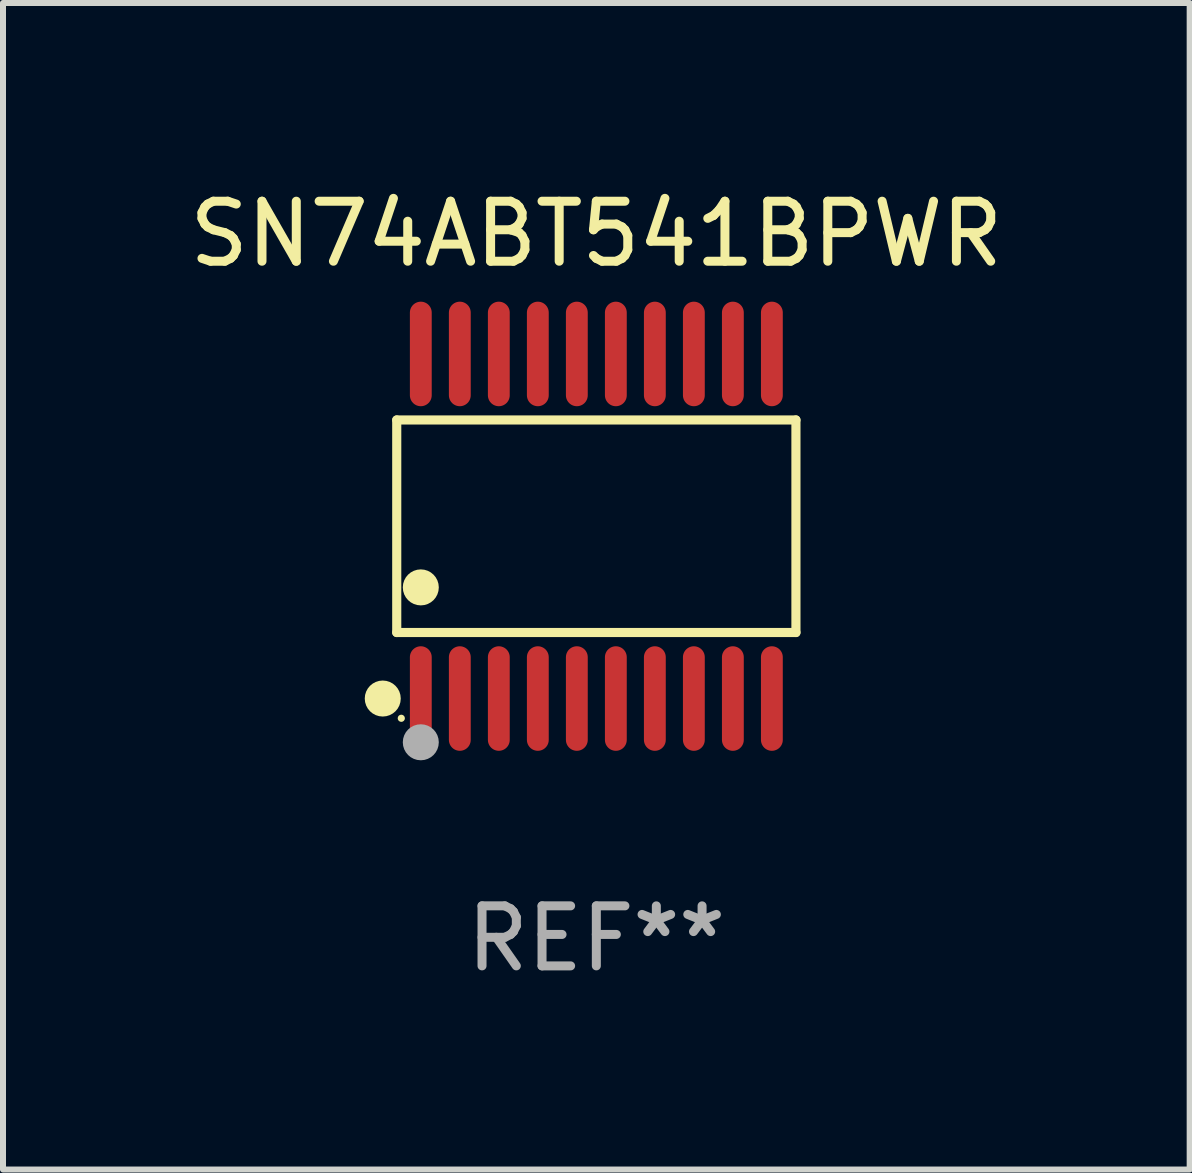
<source format=kicad_pcb>
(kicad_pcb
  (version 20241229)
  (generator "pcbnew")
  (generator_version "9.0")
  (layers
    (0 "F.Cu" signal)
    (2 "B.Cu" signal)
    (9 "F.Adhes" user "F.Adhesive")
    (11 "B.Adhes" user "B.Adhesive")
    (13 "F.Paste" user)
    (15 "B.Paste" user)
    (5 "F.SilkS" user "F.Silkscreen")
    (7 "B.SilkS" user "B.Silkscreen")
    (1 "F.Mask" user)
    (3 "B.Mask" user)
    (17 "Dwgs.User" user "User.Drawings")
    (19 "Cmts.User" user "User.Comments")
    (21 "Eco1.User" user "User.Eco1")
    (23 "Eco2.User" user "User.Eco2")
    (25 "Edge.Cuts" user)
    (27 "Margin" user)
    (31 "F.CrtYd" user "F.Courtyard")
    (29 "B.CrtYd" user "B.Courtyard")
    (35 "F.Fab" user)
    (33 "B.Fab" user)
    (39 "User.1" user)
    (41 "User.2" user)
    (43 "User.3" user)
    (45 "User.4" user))
  (footprint "SN74ABT541BPWR"
    (layer "F.Cu")
    (at 6.887 5.719)
    (property "Reference" "SN74ABT541BPWR" (at 0 -4.871 0) (layer "F.SilkS") (effects (font (size 1 1) (thickness 0.15))))
    (attr through_hole)
    (fp_line (start -3.326 -1.771) (end 3.326 -1.771) (stroke (width 0.152) (type solid)) (layer "F.SilkS"))
    (fp_line (start -3.326 1.771) (end -3.326 -1.771) (stroke (width 0.152) (type solid)) (layer "F.SilkS"))
    (fp_line (start 3.326 -1.771) (end 3.326 1.771) (stroke (width 0.152) (type solid)) (layer "F.SilkS"))
    (fp_line (start 3.326 1.771) (end -3.326 1.771) (stroke (width 0.152) (type solid)) (layer "F.SilkS"))
    (fp_circle (center -3.559 2.871) (end -3.409 2.871) (stroke (width 0.3) (type solid)) (fill no) (layer "F.SilkS"))
    (fp_circle (center -3.25 3.2) (end -3.22 3.2) (stroke (width 0.06) (type solid)) (fill no) (layer "F.SilkS"))
    (fp_circle (center -2.925 1.019) (end -2.775 1.019) (stroke (width 0.3) (type solid)) (fill no) (layer "F.SilkS"))
    (fp_circle (center -2.925 3.6) (end -2.775 3.6) (stroke (width 0.3) (type solid)) (fill no) (layer "F.Fab"))
    (fp_text user "REF**" (at 0 6.871 0) (layer "F.Fab") (effects (font (size 1 1) (thickness 0.15))))
    (pad "1" smd oval (at -2.925 2.871) (size 0.364 1.742) (layers "F.Cu" "F.Mask" "F.Paste"))
    (pad "2" smd oval (at -2.275 2.871) (size 0.364 1.742) (layers "F.Cu" "F.Mask" "F.Paste"))
    (pad "3" smd oval (at -1.625 2.871) (size 0.364 1.742) (layers "F.Cu" "F.Mask" "F.Paste"))
    (pad "4" smd oval (at -0.975 2.871) (size 0.364 1.742) (layers "F.Cu" "F.Mask" "F.Paste"))
    (pad "5" smd oval (at -0.325 2.871) (size 0.364 1.742) (layers "F.Cu" "F.Mask" "F.Paste"))
    (pad "6" smd oval (at 0.325 2.871) (size 0.364 1.742) (layers "F.Cu" "F.Mask" "F.Paste"))
    (pad "7" smd oval (at 0.975 2.871) (size 0.364 1.742) (layers "F.Cu" "F.Mask" "F.Paste"))
    (pad "8" smd oval (at 1.625 2.871) (size 0.364 1.742) (layers "F.Cu" "F.Mask" "F.Paste"))
    (pad "9" smd oval (at 2.275 2.871) (size 0.364 1.742) (layers "F.Cu" "F.Mask" "F.Paste"))
    (pad "10" smd oval (at 2.925 2.871) (size 0.364 1.742) (layers "F.Cu" "F.Mask" "F.Paste"))
    (pad "11" smd oval (at 2.925 -2.871) (size 0.364 1.742) (layers "F.Cu" "F.Mask" "F.Paste"))
    (pad "12" smd oval (at 2.275 -2.871) (size 0.364 1.742) (layers "F.Cu" "F.Mask" "F.Paste"))
    (pad "13" smd oval (at 1.625 -2.871) (size 0.364 1.742) (layers "F.Cu" "F.Mask" "F.Paste"))
    (pad "14" smd oval (at 0.975 -2.871) (size 0.364 1.742) (layers "F.Cu" "F.Mask" "F.Paste"))
    (pad "15" smd oval (at 0.325 -2.871) (size 0.364 1.742) (layers "F.Cu" "F.Mask" "F.Paste"))
    (pad "16" smd oval (at -0.325 -2.871) (size 0.364 1.742) (layers "F.Cu" "F.Mask" "F.Paste"))
    (pad "17" smd oval (at -0.975 -2.871) (size 0.364 1.742) (layers "F.Cu" "F.Mask" "F.Paste"))
    (pad "18" smd oval (at -1.625 -2.871) (size 0.364 1.742) (layers "F.Cu" "F.Mask" "F.Paste"))
    (pad "19" smd oval (at -2.275 -2.871) (size 0.364 1.742) (layers "F.Cu" "F.Mask" "F.Paste"))
    (pad "20" smd oval (at -2.925 -2.871) (size 0.364 1.742) (layers "F.Cu" "F.Mask" "F.Paste")))
  (gr_rect
    (start -3 -3)
    (end 16.774 16.438)
    (stroke (width 0.1) (type default))
    (fill no)
    (layer "Edge.Cuts")))
</source>
